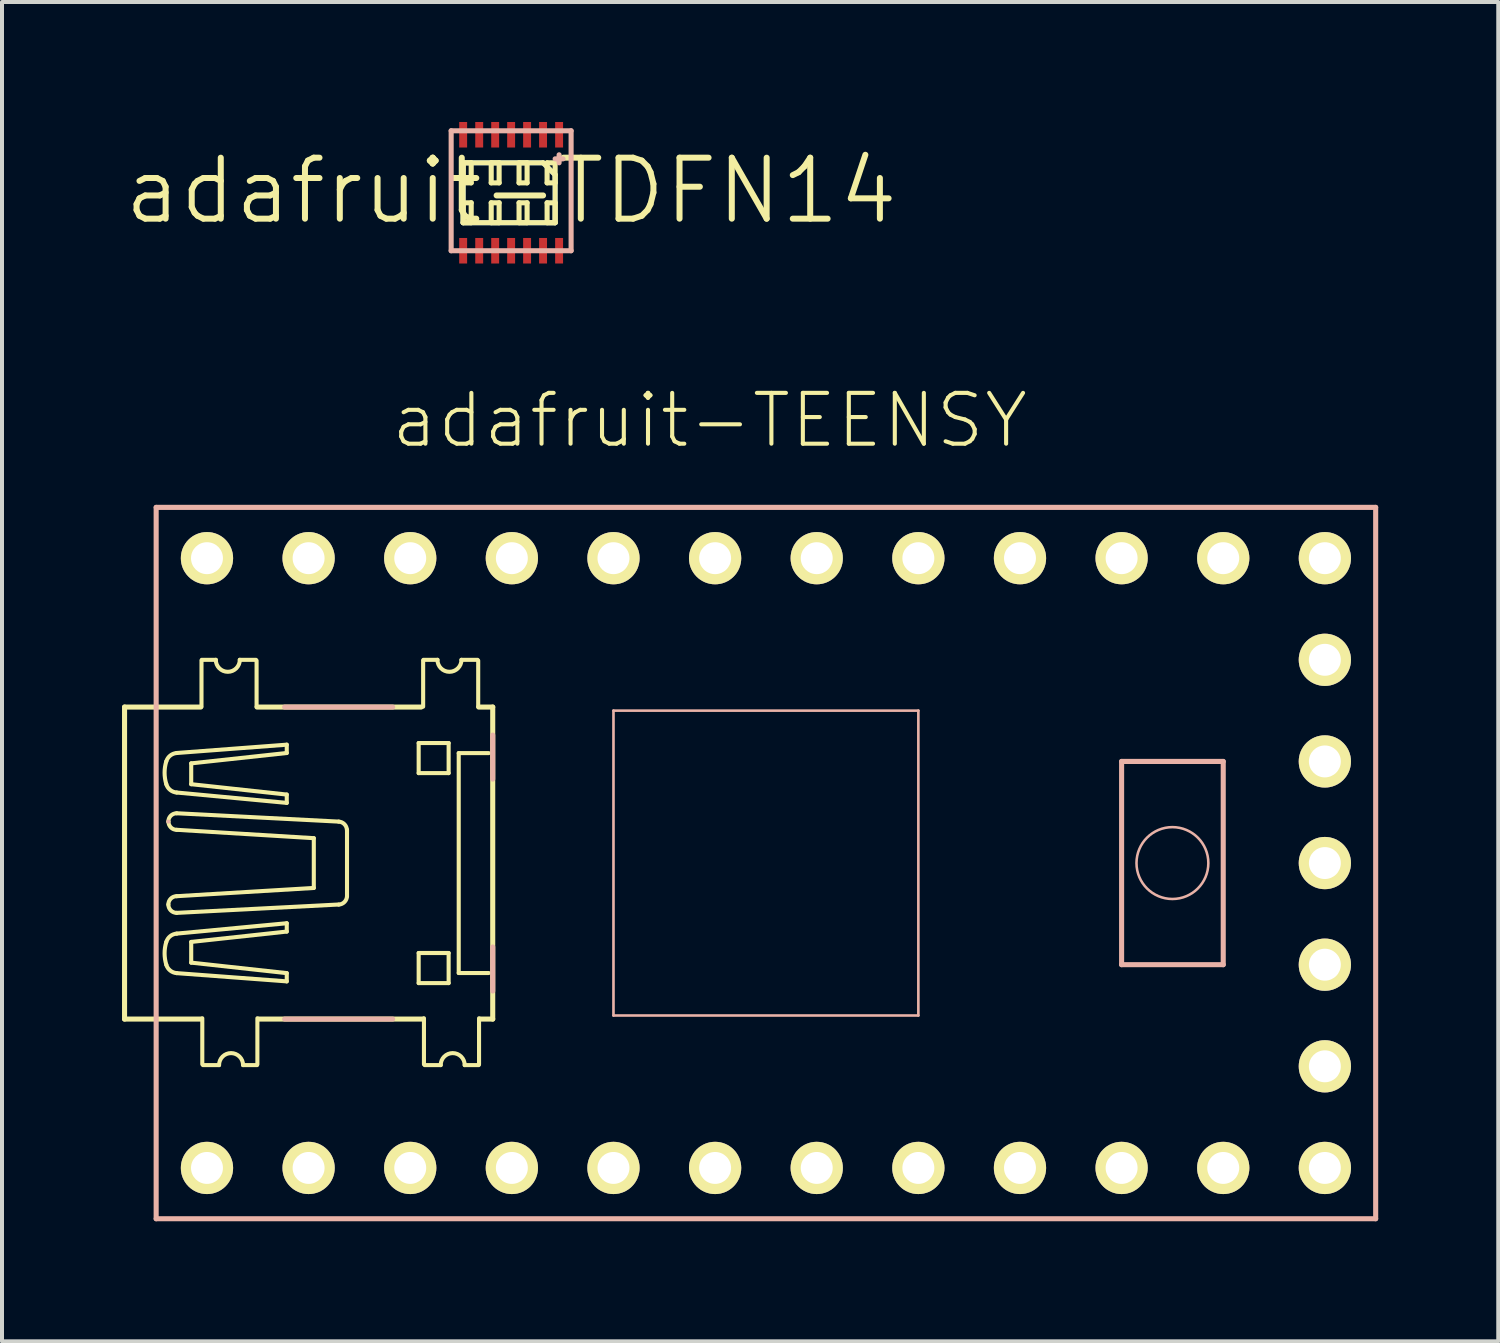
<source format=kicad_pcb>
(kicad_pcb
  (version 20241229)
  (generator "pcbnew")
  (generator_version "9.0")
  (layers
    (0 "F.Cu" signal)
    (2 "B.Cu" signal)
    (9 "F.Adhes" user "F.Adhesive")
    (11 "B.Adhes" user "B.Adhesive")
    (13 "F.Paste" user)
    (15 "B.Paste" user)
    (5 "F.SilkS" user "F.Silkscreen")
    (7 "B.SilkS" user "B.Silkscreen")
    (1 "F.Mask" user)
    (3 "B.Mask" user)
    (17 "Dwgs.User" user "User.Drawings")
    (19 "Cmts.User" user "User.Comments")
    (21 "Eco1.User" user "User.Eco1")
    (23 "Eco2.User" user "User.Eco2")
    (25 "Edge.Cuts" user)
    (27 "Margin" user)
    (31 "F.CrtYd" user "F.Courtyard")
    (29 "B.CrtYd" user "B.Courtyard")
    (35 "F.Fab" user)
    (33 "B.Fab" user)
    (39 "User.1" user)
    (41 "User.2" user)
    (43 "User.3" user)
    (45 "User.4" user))
  (footprint "adafruit-TDFN14"
    (layer "F.Cu")
    (at 9.725 1.718)
    (property "Reference" "adafruit-TDFN14" (at 0 0 0) (layer "F.SilkS") (effects (font (size 1.524 1.524) (thickness 0.15))))
    (attr smd)
    (fp_line (start -1.199 -0.699) (end -1.199 0.798) (stroke (width 0.127) (type solid)) (layer "B.Cu"))
    (fp_line (start -1.199 0.798) (end 1.1 0.798) (stroke (width 0.127) (type solid)) (layer "B.Cu"))
    (fp_line (start 0.798 -0.699) (end -1.199 -0.699) (stroke (width 0.127) (type solid)) (layer "B.Cu"))
    (fp_line (start 1.1 -0.399) (end 0.798 -0.699) (stroke (width 0.127) (type solid)) (layer "B.Cu"))
    (fp_line (start 1.1 0.798) (end 1.1 -0.399) (stroke (width 0.127) (type solid)) (layer "B.Cu"))
    (fp_line (start -1.199 -0.699) (end -1.199 -0.198) (stroke (width 0.127) (type solid)) (layer "F.SilkS"))
    (fp_line (start -1.199 -0.699) (end 0.798 -0.699) (stroke (width 0.127) (type solid)) (layer "F.SilkS"))
    (fp_line (start -1.199 -0.198) (end -0.998 -0.198) (stroke (width 0.127) (type solid)) (layer "F.SilkS"))
    (fp_line (start -1.199 0.3) (end -1.199 0.798) (stroke (width 0.127) (type solid)) (layer "F.SilkS"))
    (fp_line (start -1.199 0.798) (end -1.199 -0.699) (stroke (width 0.127) (type solid)) (layer "F.SilkS"))
    (fp_line (start -1.199 0.798) (end -0.998 0.798) (stroke (width 0.127) (type solid)) (layer "F.SilkS"))
    (fp_line (start -0.998 -0.699) (end -1.199 -0.699) (stroke (width 0.127) (type solid)) (layer "F.SilkS"))
    (fp_line (start -0.998 -0.198) (end -0.998 -0.699) (stroke (width 0.127) (type solid)) (layer "F.SilkS"))
    (fp_line (start -0.998 0.3) (end -1.199 0.3) (stroke (width 0.127) (type solid)) (layer "F.SilkS"))
    (fp_line (start -0.998 0.798) (end -0.998 0.3) (stroke (width 0.127) (type solid)) (layer "F.SilkS"))
    (fp_line (start -0.498 -0.699) (end -0.498 -0.198) (stroke (width 0.127) (type solid)) (layer "F.SilkS"))
    (fp_line (start -0.498 -0.198) (end -0.3 -0.198) (stroke (width 0.127) (type solid)) (layer "F.SilkS"))
    (fp_line (start -0.498 0.3) (end -0.498 0.798) (stroke (width 0.127) (type solid)) (layer "F.SilkS"))
    (fp_line (start -0.498 0.798) (end -0.3 0.798) (stroke (width 0.127) (type solid)) (layer "F.SilkS"))
    (fp_line (start -0.3 -0.699) (end -0.498 -0.699) (stroke (width 0.127) (type solid)) (layer "F.SilkS"))
    (fp_line (start -0.3 -0.198) (end -0.3 -0.699) (stroke (width 0.127) (type solid)) (layer "F.SilkS"))
    (fp_line (start -0.3 0.3) (end -0.498 0.3) (stroke (width 0.127) (type solid)) (layer "F.SilkS"))
    (fp_line (start -0.3 0.798) (end -0.3 0.3) (stroke (width 0.127) (type solid)) (layer "F.SilkS"))
    (fp_line (start 0.198 -0.699) (end 0.198 -0.198) (stroke (width 0.127) (type solid)) (layer "F.SilkS"))
    (fp_line (start 0.198 -0.198) (end 0.399 -0.198) (stroke (width 0.127) (type solid)) (layer "F.SilkS"))
    (fp_line (start 0.198 0.3) (end 0.198 0.798) (stroke (width 0.127) (type solid)) (layer "F.SilkS"))
    (fp_line (start 0.198 0.798) (end 0.399 0.798) (stroke (width 0.127) (type solid)) (layer "F.SilkS"))
    (fp_line (start 0.399 -0.699) (end 0.198 -0.699) (stroke (width 0.127) (type solid)) (layer "F.SilkS"))
    (fp_line (start 0.399 -0.198) (end 0.399 -0.699) (stroke (width 0.127) (type solid)) (layer "F.SilkS"))
    (fp_line (start 0.399 0.3) (end 0.198 0.3) (stroke (width 0.127) (type solid)) (layer "F.SilkS"))
    (fp_line (start 0.399 0.798) (end 0.399 0.3) (stroke (width 0.127) (type solid)) (layer "F.SilkS"))
    (fp_line (start 0.798 -0.699) (end 1.1 -0.399) (stroke (width 0.127) (type solid)) (layer "F.SilkS"))
    (fp_line (start 0.899 -0.699) (end 0.899 -0.198) (stroke (width 0.127) (type solid)) (layer "F.SilkS"))
    (fp_line (start 0.899 -0.198) (end 1.1 -0.198) (stroke (width 0.127) (type solid)) (layer "F.SilkS"))
    (fp_line (start 0.899 0.3) (end 0.899 0.798) (stroke (width 0.127) (type solid)) (layer "F.SilkS"))
    (fp_line (start 0.899 0.798) (end 1.1 0.798) (stroke (width 0.127) (type solid)) (layer "F.SilkS"))
    (fp_line (start 1.1 -0.699) (end 0.899 -0.699) (stroke (width 0.127) (type solid)) (layer "F.SilkS"))
    (fp_line (start 1.1 -0.399) (end 1.1 0.798) (stroke (width 0.127) (type solid)) (layer "F.SilkS"))
    (fp_line (start 1.1 -0.198) (end 1.1 -0.699) (stroke (width 0.127) (type solid)) (layer "F.SilkS"))
    (fp_line (start 1.1 0.3) (end 0.899 0.3) (stroke (width 0.127) (type solid)) (layer "F.SilkS"))
    (fp_line (start 1.1 0.798) (end -1.199 0.798) (stroke (width 0.127) (type solid)) (layer "F.SilkS"))
    (fp_line (start 1.1 0.798) (end 1.1 0.3) (stroke (width 0.127) (type solid)) (layer "F.SilkS"))
    (fp_line (start -1.499 -1.499) (end 1.499 -1.499) (stroke (width 0.127) (type solid)) (layer "B.SilkS"))
    (fp_line (start -1.499 1.499) (end -1.499 -1.499) (stroke (width 0.127) (type solid)) (layer "B.SilkS"))
    (fp_line (start 1.1 -0.798) (end 1.298 -0.798) (stroke (width 0.127) (type solid)) (layer "B.SilkS"))
    (fp_line (start 1.199 -0.699) (end 1.199 -0.899) (stroke (width 0.127) (type solid)) (layer "B.SilkS"))
    (fp_line (start 1.499 -1.499) (end 1.499 1.499) (stroke (width 0.127) (type solid)) (layer "B.SilkS"))
    (fp_line (start 1.499 1.499) (end -1.499 1.499) (stroke (width 0.127) (type solid)) (layer "B.SilkS"))
    (pad "1" smd rect (at 1.199 -1.4 90) (size 0.638 0.198) (layers "F.Cu" "F.Mask" "F.Paste"))
    (pad "2" smd rect (at 0.798 -1.4 90) (size 0.638 0.198) (layers "F.Cu" "F.Mask" "F.Paste"))
    (pad "3" smd rect (at 0.399 -1.4 90) (size 0.638 0.198) (layers "F.Cu" "F.Mask" "F.Paste"))
    (pad "4" smd rect (at 0 -1.4 90) (size 0.638 0.198) (layers "F.Cu" "F.Mask" "F.Paste"))
    (pad "5" smd rect (at -0.399 -1.4 90) (size 0.638 0.198) (layers "F.Cu" "F.Mask" "F.Paste"))
    (pad "6" smd rect (at -0.798 -1.4 90) (size 0.638 0.198) (layers "F.Cu" "F.Mask" "F.Paste"))
    (pad "7" smd rect (at -1.199 -1.4 90) (size 0.638 0.198) (layers "F.Cu" "F.Mask" "F.Paste"))
    (pad "8" smd rect (at -1.199 1.499 90) (size 0.638 0.198) (layers "F.Cu" "F.Mask" "F.Paste"))
    (pad "9" smd rect (at -0.798 1.499 90) (size 0.638 0.198) (layers "F.Cu" "F.Mask" "F.Paste"))
    (pad "10" smd rect (at -0.399 1.499 90) (size 0.638 0.198) (layers "F.Cu" "F.Mask" "F.Paste"))
    (pad "11" smd rect (at 0 1.499 90) (size 0.638 0.198) (layers "F.Cu" "F.Mask" "F.Paste"))
    (pad "12" smd rect (at 0.399 1.499 90) (size 0.638 0.198) (layers "F.Cu" "F.Mask" "F.Paste"))
    (pad "13" smd rect (at 0.798 1.499 90) (size 0.638 0.198) (layers "F.Cu" "F.Mask" "F.Paste"))
    (pad "14" smd rect (at 1.199 1.499 90) (size 0.638 0.198) (layers "F.Cu" "F.Mask" "F.Paste")))
  (footprint "adafruit-TEENSY"
    (layer "F.Cu")
    (at 14.823 18.521)
    (property "Reference" "adafruit-TEENSY" (at -0.135 -11.064 0) (layer "F.SilkS") (effects (font (size 1.27 1.27) (thickness 0.102))))
    (attr exclude_from_pos_files exclude_from_bom)
    (fp_line (start -14.76 -3.899) (end -14.76 3.899) (stroke (width 0.127) (type solid)) (layer "F.SilkS"))
    (fp_line (start -14.76 -3.899) (end -12.857 -3.899) (stroke (width 0.127) (type solid)) (layer "F.SilkS"))
    (fp_line (start -14.76 3.899) (end -12.857 3.899) (stroke (width 0.127) (type solid)) (layer "F.SilkS"))
    (fp_line (start -13.457 -1.763) (end -10.706 -1.504) (stroke (width 0.102) (type solid)) (layer "F.SilkS"))
    (fp_line (start -13.457 -1.245) (end -9.408 -1.036) (stroke (width 0.102) (type solid)) (layer "F.SilkS"))
    (fp_line (start -13.457 -0.831) (end -10.03 -0.622) (stroke (width 0.102) (type solid)) (layer "F.SilkS"))
    (fp_line (start -13.457 0.828) (end -10.03 0.622) (stroke (width 0.102) (type solid)) (layer "F.SilkS"))
    (fp_line (start -13.457 1.245) (end -9.408 1.036) (stroke (width 0.102) (type solid)) (layer "F.SilkS"))
    (fp_line (start -13.457 1.763) (end -10.706 1.504) (stroke (width 0.102) (type solid)) (layer "F.SilkS"))
    (fp_line (start -13.094 -2.492) (end -10.706 -2.751) (stroke (width 0.102) (type solid)) (layer "F.SilkS"))
    (fp_line (start -13.094 -1.971) (end -13.094 -2.492) (stroke (width 0.102) (type solid)) (layer "F.SilkS"))
    (fp_line (start -13.094 1.971) (end -13.094 2.489) (stroke (width 0.102) (type solid)) (layer "F.SilkS"))
    (fp_line (start -13.094 2.489) (end -10.706 2.751) (stroke (width 0.102) (type solid)) (layer "F.SilkS"))
    (fp_line (start -12.837 -3.909) (end -12.837 -5.06) (stroke (width 0.102) (type solid)) (layer "F.SilkS"))
    (fp_line (start -12.83 -5.08) (end -12.479 -5.08) (stroke (width 0.102) (type solid)) (layer "F.SilkS"))
    (fp_line (start -12.817 5.029) (end -12.817 3.879) (stroke (width 0.102) (type solid)) (layer "F.SilkS"))
    (fp_line (start -12.799 5.05) (end -12.398 5.05) (stroke (width 0.102) (type solid)) (layer "F.SilkS"))
    (fp_line (start -11.478 -5.08) (end -11.88 -5.08) (stroke (width 0.102) (type solid)) (layer "F.SilkS"))
    (fp_line (start -11.46 -5.06) (end -11.46 -3.909) (stroke (width 0.102) (type solid)) (layer "F.SilkS"))
    (fp_line (start -11.448 -3.899) (end -7.348 -3.899) (stroke (width 0.127) (type solid)) (layer "F.SilkS"))
    (fp_line (start -11.448 5.05) (end -11.798 5.05) (stroke (width 0.102) (type solid)) (layer "F.SilkS"))
    (fp_line (start -11.44 3.879) (end -11.44 5.029) (stroke (width 0.102) (type solid)) (layer "F.SilkS"))
    (fp_line (start -11.4 3.899) (end -7.3 3.899) (stroke (width 0.127) (type solid)) (layer "F.SilkS"))
    (fp_line (start -10.706 -2.959) (end -13.457 -2.751) (stroke (width 0.102) (type solid)) (layer "F.SilkS"))
    (fp_line (start -10.706 -2.751) (end -10.706 -2.959) (stroke (width 0.102) (type solid)) (layer "F.SilkS"))
    (fp_line (start -10.706 -1.712) (end -13.094 -1.971) (stroke (width 0.102) (type solid)) (layer "F.SilkS"))
    (fp_line (start -10.706 -1.504) (end -10.706 -1.712) (stroke (width 0.102) (type solid)) (layer "F.SilkS"))
    (fp_line (start -10.706 1.504) (end -10.706 1.712) (stroke (width 0.102) (type solid)) (layer "F.SilkS"))
    (fp_line (start -10.706 1.712) (end -13.094 1.971) (stroke (width 0.102) (type solid)) (layer "F.SilkS"))
    (fp_line (start -10.706 2.751) (end -10.706 2.957) (stroke (width 0.102) (type solid)) (layer "F.SilkS"))
    (fp_line (start -10.706 2.957) (end -13.457 2.751) (stroke (width 0.102) (type solid)) (layer "F.SilkS"))
    (fp_line (start -10.03 0.622) (end -10.03 -0.622) (stroke (width 0.102) (type solid)) (layer "F.SilkS"))
    (fp_line (start -9.2 0.828) (end -9.2 -0.831) (stroke (width 0.102) (type solid)) (layer "F.SilkS"))
    (fp_line (start -7.409 -3) (end -6.66 -3) (stroke (width 0.102) (type solid)) (layer "F.SilkS"))
    (fp_line (start -7.409 -2.248) (end -7.409 -3) (stroke (width 0.102) (type solid)) (layer "F.SilkS"))
    (fp_line (start -7.409 2.248) (end -7.409 3) (stroke (width 0.102) (type solid)) (layer "F.SilkS"))
    (fp_line (start -7.409 3) (end -6.66 3) (stroke (width 0.102) (type solid)) (layer "F.SilkS"))
    (fp_line (start -7.297 -3.909) (end -7.297 -5.06) (stroke (width 0.102) (type solid)) (layer "F.SilkS"))
    (fp_line (start -7.29 -5.08) (end -6.939 -5.08) (stroke (width 0.102) (type solid)) (layer "F.SilkS"))
    (fp_line (start -7.277 5.029) (end -7.277 3.879) (stroke (width 0.102) (type solid)) (layer "F.SilkS"))
    (fp_line (start -7.259 5.05) (end -6.858 5.05) (stroke (width 0.102) (type solid)) (layer "F.SilkS"))
    (fp_line (start -6.66 -3) (end -6.66 -2.248) (stroke (width 0.102) (type solid)) (layer "F.SilkS"))
    (fp_line (start -6.66 -2.248) (end -7.409 -2.248) (stroke (width 0.102) (type solid)) (layer "F.SilkS"))
    (fp_line (start -6.66 2.248) (end -7.409 2.248) (stroke (width 0.102) (type solid)) (layer "F.SilkS"))
    (fp_line (start -6.66 3) (end -6.66 2.248) (stroke (width 0.102) (type solid)) (layer "F.SilkS"))
    (fp_line (start -6.408 -2.748) (end -6.408 2.748) (stroke (width 0.102) (type solid)) (layer "F.SilkS"))
    (fp_line (start -6.408 2.748) (end -5.659 2.748) (stroke (width 0.102) (type solid)) (layer "F.SilkS"))
    (fp_line (start -5.939 -5.08) (end -6.34 -5.08) (stroke (width 0.102) (type solid)) (layer "F.SilkS"))
    (fp_line (start -5.921 -5.06) (end -5.921 -3.909) (stroke (width 0.102) (type solid)) (layer "F.SilkS"))
    (fp_line (start -5.908 5.05) (end -6.259 5.05) (stroke (width 0.102) (type solid)) (layer "F.SilkS"))
    (fp_line (start -5.9 3.879) (end -5.9 5.029) (stroke (width 0.102) (type solid)) (layer "F.SilkS"))
    (fp_line (start -5.659 -2.748) (end -6.408 -2.748) (stroke (width 0.102) (type solid)) (layer "F.SilkS"))
    (fp_line (start -5.558 -3.899) (end -5.908 -3.899) (stroke (width 0.127) (type solid)) (layer "F.SilkS"))
    (fp_line (start -5.558 -3.899) (end -5.558 3.899) (stroke (width 0.127) (type solid)) (layer "F.SilkS"))
    (fp_line (start -5.558 3.899) (end -5.86 3.899) (stroke (width 0.127) (type solid)) (layer "F.SilkS"))
    (fp_arc (start -13.716 -2.54254) (mid -13.618304 -2.686403) (end -13.456527 -2.750193) (stroke (width 0.1016) (type solid)) (layer "F.SilkS"))
    (fp_arc (start -13.716 -1.97104) (mid -13.759296 -2.255382) (end -13.717566 -2.539958) (stroke (width 0.1016) (type solid)) (layer "F.SilkS"))
    (fp_arc (start -13.716 1.97104) (mid -13.618304 1.827177) (end -13.456527 1.763387) (stroke (width 0.1016) (type solid)) (layer "F.SilkS"))
    (fp_arc (start -13.716 2.54254) (mid -13.759296 2.258198) (end -13.717566 1.973622) (stroke (width 0.1016) (type solid)) (layer "F.SilkS"))
    (fp_arc (start -13.6652 -1.03632) (mid -13.604196 -1.183596) (end -13.45692 -1.2446) (stroke (width 0.1016) (type solid)) (layer "F.SilkS"))
    (fp_arc (start -13.6652 1.03632) (mid -13.604196 0.889044) (end -13.45692 0.82804) (stroke (width 0.1016) (type solid)) (layer "F.SilkS"))
    (fp_arc (start -13.45692 -1.76276) (mid -13.618982 -1.826881) (end -13.716727 -1.971177) (stroke (width 0.1016) (type solid)) (layer "F.SilkS"))
    (fp_arc (start -13.45692 -0.83058) (mid -13.6024 -0.89084) (end -13.66266 -1.03632) (stroke (width 0.1016) (type solid)) (layer "F.SilkS"))
    (fp_arc (start -13.45692 1.2446) (mid -13.604196 1.183596) (end -13.6652 1.03632) (stroke (width 0.1016) (type solid)) (layer "F.SilkS"))
    (fp_arc (start -13.45692 2.75082) (mid -13.618982 2.686699) (end -13.716727 2.542403) (stroke (width 0.1016) (type solid)) (layer "F.SilkS"))
    (fp_arc (start -12.39774 5.04952) (mid -12.09802 4.7498) (end -11.7983 5.04952) (stroke (width 0.1016) (type solid)) (layer "F.SilkS"))
    (fp_arc (start -11.87958 -5.08) (mid -12.1793 -4.78028) (end -12.47902 -5.08) (stroke (width 0.1016) (type solid)) (layer "F.SilkS"))
    (fp_arc (start -9.40816 -1.03632) (mid -9.26566 -0.972121) (end -9.202346 -0.829227) (stroke (width 0.1016) (type solid)) (layer "F.SilkS"))
    (fp_arc (start -9.19988 0.82804) (mid -9.263032 0.972882) (end -9.40671 1.03864) (stroke (width 0.1016) (type solid)) (layer "F.SilkS"))
    (fp_arc (start -6.858 5.04952) (mid -6.55828 4.7498) (end -6.25856 5.04952) (stroke (width 0.1016) (type solid)) (layer "F.SilkS"))
    (fp_arc (start -6.33984 -5.08) (mid -6.63956 -4.78028) (end -6.93928 -5.08) (stroke (width 0.1016) (type solid)) (layer "F.SilkS"))
    (fp_line (start -13.97 -8.89) (end 16.51 -8.89) (stroke (width 0.127) (type solid)) (layer "B.SilkS"))
    (fp_line (start -13.97 8.89) (end -13.97 -8.89) (stroke (width 0.127) (type solid)) (layer "B.SilkS"))
    (fp_line (start -13.665 -1.036) (end -13.665 -1.036) (stroke (width 0.102) (type solid)) (layer "B.SilkS"))
    (fp_line (start -10.759 -3.899) (end -8.059 -3.899) (stroke (width 0.127) (type solid)) (layer "B.SilkS"))
    (fp_line (start -8.059 3.899) (end -10.759 3.899) (stroke (width 0.127) (type solid)) (layer "B.SilkS"))
    (fp_line (start -5.558 -3.198) (end -5.558 -2.098) (stroke (width 0.127) (type solid)) (layer "B.SilkS"))
    (fp_line (start -5.558 2.098) (end -5.558 3.198) (stroke (width 0.127) (type solid)) (layer "B.SilkS"))
    (fp_line (start -2.54 -3.81) (end 5.08 -3.81) (stroke (width 0.066) (type solid)) (layer "B.SilkS"))
    (fp_line (start -2.54 3.81) (end -2.54 -3.81) (stroke (width 0.066) (type solid)) (layer "B.SilkS"))
    (fp_line (start -2.54 3.81) (end 5.08 3.81) (stroke (width 0.066) (type solid)) (layer "B.SilkS"))
    (fp_line (start 5.08 3.81) (end 5.08 -3.81) (stroke (width 0.066) (type solid)) (layer "B.SilkS"))
    (fp_line (start 10.16 -2.54) (end 12.7 -2.54) (stroke (width 0.127) (type solid)) (layer "B.SilkS"))
    (fp_line (start 10.16 2.54) (end 10.16 -2.54) (stroke (width 0.127) (type solid)) (layer "B.SilkS"))
    (fp_line (start 12.7 -2.54) (end 12.7 2.54) (stroke (width 0.127) (type solid)) (layer "B.SilkS"))
    (fp_line (start 12.7 2.54) (end 10.16 2.54) (stroke (width 0.127) (type solid)) (layer "B.SilkS"))
    (fp_line (start 16.51 -8.89) (end 16.51 8.89) (stroke (width 0.127) (type solid)) (layer "B.SilkS"))
    (fp_line (start 16.51 8.89) (end -13.97 8.89) (stroke (width 0.127) (type solid)) (layer "B.SilkS"))
    (fp_circle (center 11.43 0) (end 12.065 0.635) (stroke (width 0.064) (type solid)) (fill no) (layer "B.SilkS"))
    (pad "B0" thru_hole circle (at -10.16 7.62) (size 1.306 1.306) (drill 0.798) (layers "*.Cu" "F.Mask" "F.SilkS" "F.Paste"))
    (pad "B1" thru_hole circle (at -7.62 7.62) (size 1.306 1.306) (drill 0.798) (layers "*.Cu" "F.Mask" "F.SilkS" "F.Paste"))
    (pad "B2" thru_hole circle (at -5.08 7.62) (size 1.306 1.306) (drill 0.798) (layers "*.Cu" "F.Mask" "F.SilkS" "F.Paste"))
    (pad "B3" thru_hole circle (at -2.54 7.62) (size 1.306 1.306) (drill 0.798) (layers "*.Cu" "F.Mask" "F.SilkS" "F.Paste"))
    (pad "B4" thru_hole circle (at 10.16 -7.62) (size 1.306 1.306) (drill 0.798) (layers "*.Cu" "F.Mask" "F.SilkS" "F.Paste"))
    (pad "B5" thru_hole circle (at 7.62 -7.62) (size 1.306 1.306) (drill 0.798) (layers "*.Cu" "F.Mask" "F.SilkS" "F.Paste"))
    (pad "B6" thru_hole circle (at 5.08 -7.62) (size 1.306 1.306) (drill 0.798) (layers "*.Cu" "F.Mask" "F.SilkS" "F.Paste"))
    (pad "B7" thru_hole circle (at 0 7.62) (size 1.306 1.306) (drill 0.798) (layers "*.Cu" "F.Mask" "F.SilkS" "F.Paste"))
    (pad "C6" thru_hole circle (at 12.7 7.62) (size 1.306 1.306) (drill 0.798) (layers "*.Cu" "F.Mask" "F.SilkS" "F.Paste"))
    (pad "C7" thru_hole circle (at 15.24 7.62) (size 1.306 1.306) (drill 0.798) (layers "*.Cu" "F.Mask" "F.SilkS" "F.Paste"))
    (pad "D0" thru_hole circle (at 2.54 7.62) (size 1.306 1.306) (drill 0.798) (layers "*.Cu" "F.Mask" "F.SilkS" "F.Paste"))
    (pad "D1" thru_hole circle (at 5.08 7.62) (size 1.306 1.306) (drill 0.798) (layers "*.Cu" "F.Mask" "F.SilkS" "F.Paste"))
    (pad "D2" thru_hole circle (at 7.62 7.62) (size 1.306 1.306) (drill 0.798) (layers "*.Cu" "F.Mask" "F.SilkS" "F.Paste"))
    (pad "D3" thru_hole circle (at 10.16 7.62) (size 1.306 1.306) (drill 0.798) (layers "*.Cu" "F.Mask" "F.SilkS" "F.Paste"))
    (pad "D4" thru_hole circle (at 15.24 -5.08) (size 1.306 1.306) (drill 0.798) (layers "*.Cu" "F.Mask" "F.SilkS" "F.Paste"))
    (pad "D5" thru_hole circle (at 15.24 5.08) (size 1.306 1.306) (drill 0.798) (layers "*.Cu" "F.Mask" "F.SilkS" "F.Paste"))
    (pad "D6" thru_hole circle (at 15.24 -7.62) (size 1.306 1.306) (drill 0.798) (layers "*.Cu" "F.Mask" "F.SilkS" "F.Paste"))
    (pad "D7" thru_hole circle (at 12.7 -7.62) (size 1.306 1.306) (drill 0.798) (layers "*.Cu" "F.Mask" "F.SilkS" "F.Paste"))
    (pad "F0" thru_hole circle (at -10.16 -7.62) (size 1.306 1.306) (drill 0.798) (layers "*.Cu" "F.Mask" "F.SilkS" "F.Paste"))
    (pad "F1" thru_hole circle (at -7.62 -7.62) (size 1.306 1.306) (drill 0.798) (layers "*.Cu" "F.Mask" "F.SilkS" "F.Paste"))
    (pad "F4" thru_hole circle (at -5.08 -7.62) (size 1.306 1.306) (drill 0.798) (layers "*.Cu" "F.Mask" "F.SilkS" "F.Paste"))
    (pad "F5" thru_hole circle (at -2.54 -7.62) (size 1.306 1.306) (drill 0.798) (layers "*.Cu" "F.Mask" "F.SilkS" "F.Paste"))
    (pad "F6" thru_hole circle (at 0 -7.62) (size 1.306 1.306) (drill 0.798) (layers "*.Cu" "F.Mask" "F.SilkS" "F.Paste"))
    (pad "F7" thru_hole circle (at 2.54 -7.62) (size 1.306 1.306) (drill 0.798) (layers "*.Cu" "F.Mask" "F.SilkS" "F.Paste"))
    (pad "GND" thru_hole circle (at -12.7 7.62) (size 1.306 1.306) (drill 0.798) (layers "*.Cu" "F.Mask" "F.SilkS" "F.Paste"))
    (pad "GND2" thru_hole circle (at 15.24 0) (size 1.306 1.306) (drill 0.798) (layers "*.Cu" "F.Mask" "F.SilkS" "F.Paste"))
    (pad "RST" thru_hole circle (at 15.24 -2.54) (size 1.306 1.306) (drill 0.798) (layers "*.Cu" "F.Mask" "F.SilkS" "F.Paste"))
    (pad "VCC" thru_hole circle (at 15.24 2.54) (size 1.306 1.306) (drill 0.798) (layers "*.Cu" "F.Mask" "F.SilkS" "F.Paste"))
    (pad "VCC1" thru_hole circle (at -12.7 -7.62) (size 1.306 1.306) (drill 0.798) (layers "*.Cu" "F.Mask" "F.SilkS" "F.Paste")))
  (gr_rect
    (start -3 -3)
    (end 34.397 30.475)
    (stroke (width 0.1) (type default))
    (fill no)
    (layer "Edge.Cuts")))
</source>
